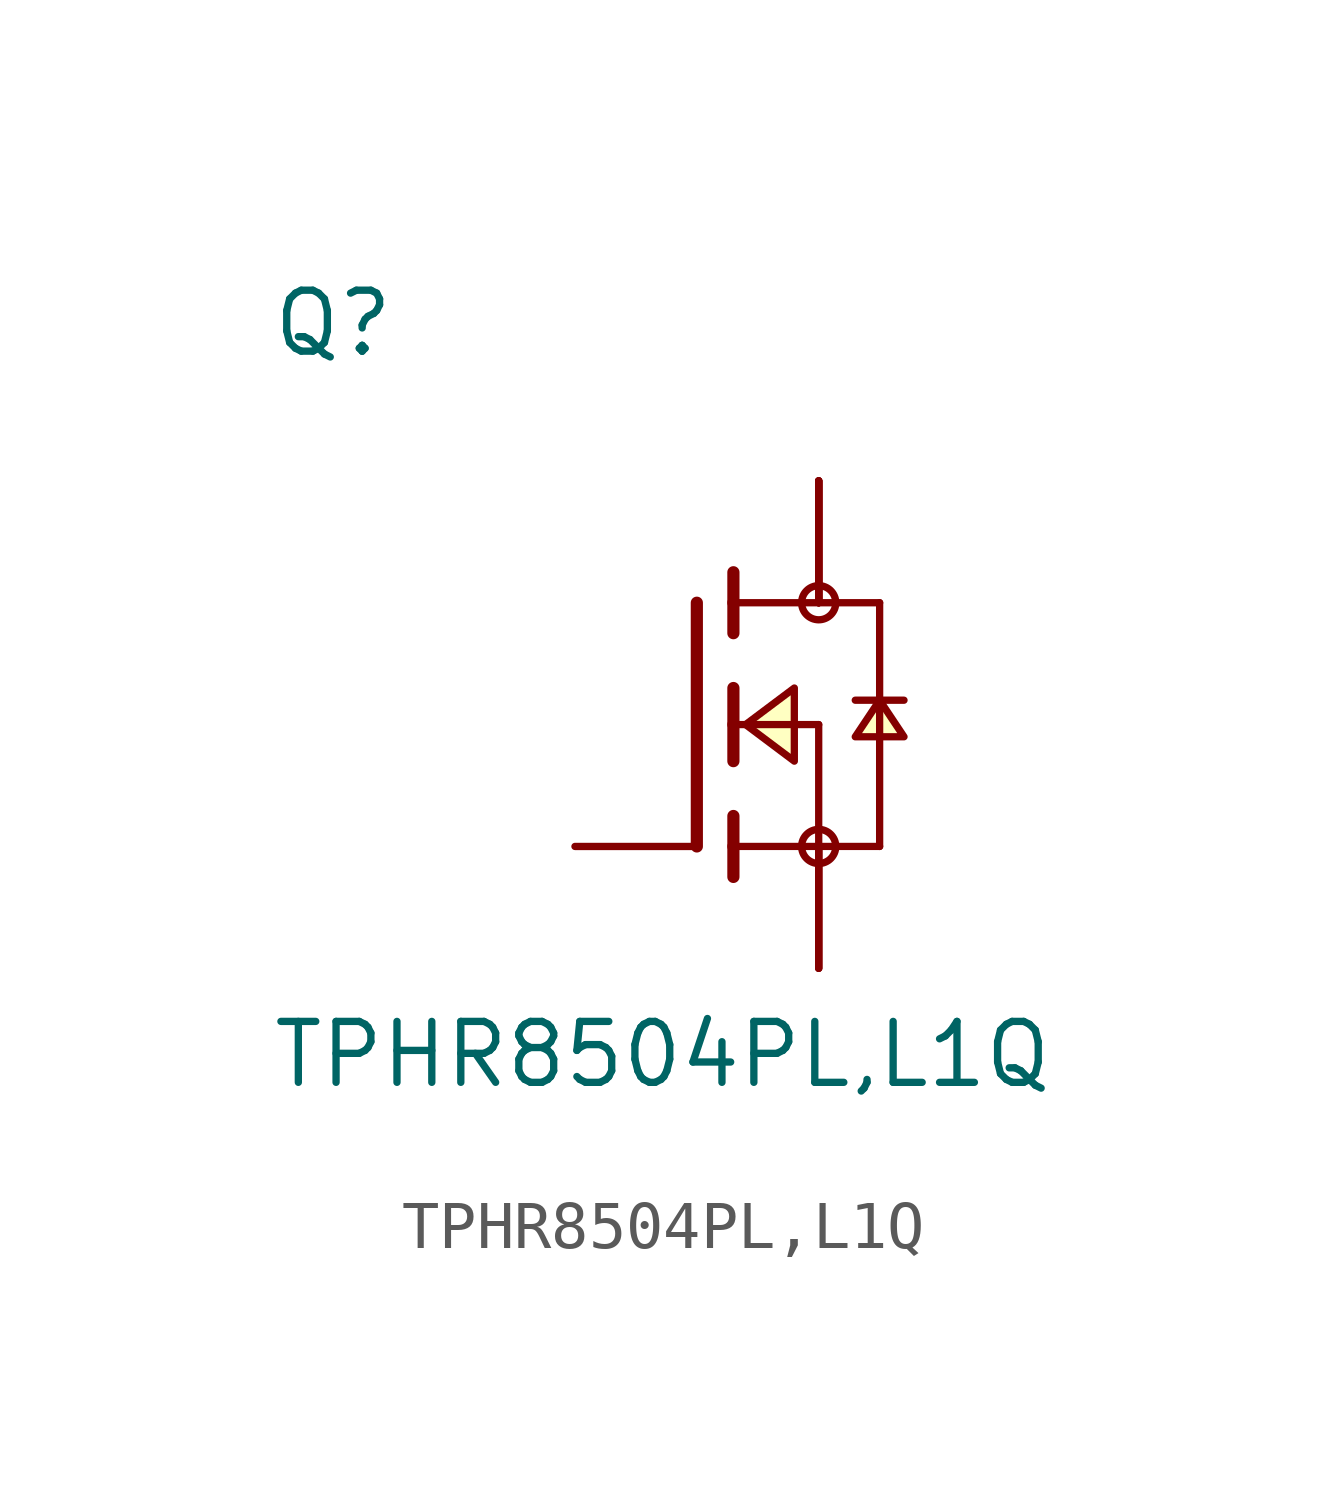
<source format=kicad_sym>
(kicad_symbol_lib
  (version 20211014)
  (generator kicad_symbol_editor)
  (symbol "TPHR8504PL,L1Q"
    (pin_numbers hide)
    (pin_names
      (offset 1.016) hide)
    (property "Reference" "Q"
      (at -11.43 7.62 0)
      (effects (font (size 1.27 1.27)) (justify left bottom)))
    (property "Value" "TPHR8504PL,L1Q"
      (at -11.43 -7.62 0)
      (effects (font (size 1.27 1.27)) (justify left bottom)))
    (property "ki_locked" ""
      (at 0 0 0)
      (effects (font (size 1.27 1.27))))
    (symbol "TPHR8504PL,L1Q_0_0"
      (circle (center 0 -2.54) (radius 0.356) (stroke (width 0) (type default) (color 0 0 0 0)) (fill (type none)))
      (polyline (pts (xy -2.54 2.54) (xy -2.54 -2.54)) (stroke (width 0.254) (type default) (color 0 0 0 0)) (fill (type none)))
      (polyline (pts (xy -1.778 -2.54) (xy -1.778 -3.175)) (stroke (width 0.254) (type default) (color 0 0 0 0)) (fill (type none)))
      (polyline (pts (xy -1.778 -1.905) (xy -1.778 -2.54)) (stroke (width 0.254) (type default) (color 0 0 0 0)) (fill (type none)))
      (polyline (pts (xy -1.778 0) (xy -1.778 -0.762)) (stroke (width 0.254) (type default) (color 0 0 0 0)) (fill (type none)))
      (polyline (pts (xy -1.778 0) (xy 0 0)) (stroke (width 0.152) (type default) (color 0 0 0 0)) (fill (type none)))
      (polyline (pts (xy -1.778 0.762) (xy -1.778 0)) (stroke (width 0.254) (type default) (color 0 0 0 0)) (fill (type none)))
      (polyline (pts (xy -1.778 2.54) (xy -1.778 1.905)) (stroke (width 0.254) (type default) (color 0 0 0 0)) (fill (type none)))
      (polyline (pts (xy -1.778 2.54) (xy 1.27 2.54)) (stroke (width 0.152) (type default) (color 0 0 0 0)) (fill (type none)))
      (polyline (pts (xy -1.778 3.175) (xy -1.778 2.54)) (stroke (width 0.254) (type default) (color 0 0 0 0)) (fill (type none)))
      (polyline (pts (xy 0 -2.54) (xy -1.778 -2.54)) (stroke (width 0.152) (type default) (color 0 0 0 0)) (fill (type none)))
      (polyline (pts (xy 0 -2.54) (xy 1.27 -2.54)) (stroke (width 0.152) (type default) (color 0 0 0 0)) (fill (type none)))
      (polyline (pts (xy 0 0) (xy 0 -2.54)) (stroke (width 0.152) (type default) (color 0 0 0 0)) (fill (type none)))
      (polyline (pts (xy 1.27 0.508) (xy 0.762 0.508)) (stroke (width 0.152) (type default) (color 0 0 0 0)) (fill (type none)))
      (polyline (pts (xy 1.27 0.508) (xy 1.27 -2.54)) (stroke (width 0.152) (type default) (color 0 0 0 0)) (fill (type none)))
      (polyline (pts (xy 1.27 2.54) (xy 1.27 0.508)) (stroke (width 0.152) (type default) (color 0 0 0 0)) (fill (type none)))
      (polyline (pts (xy 1.778 0.508) (xy 1.27 0.508)) (stroke (width 0.152) (type default) (color 0 0 0 0)) (fill (type none)))
      (polyline (pts (xy -1.524 0) (xy -0.508 0.762) (xy -0.508 -0.762) (xy -1.524 0)) (stroke (width 0.152) (type default) (color 0 0 0 0)) (fill (type background)))
      (polyline (pts (xy 1.27 0.508) (xy 0.762 -0.254) (xy 1.778 -0.254) (xy 1.27 0.508)) (stroke (width 0.152) (type default) (color 0 0 0 0)) (fill (type background)))
      (circle (center 0 2.54) (radius 0.356) (stroke (width 0) (type default) (color 0 0 0 0)) (fill (type none)))
      (pin passive line (at 0 -5.08 90) (length 2.54) (name "~" (effects (font (size 1.016 1.016)))) (number "1" (effects (font (size 1.016 1.016)))))
      (pin passive line (at 0 -5.08 90) (length 2.54) (name "~" (effects (font (size 1.016 1.016)))) (number "2" (effects (font (size 1.016 1.016)))))
      (pin passive line (at 0 -5.08 90) (length 2.54) (name "~" (effects (font (size 1.016 1.016)))) (number "3" (effects (font (size 1.016 1.016)))))
      (pin passive line (at -5.08 -2.54 0) (length 2.54) (name "~" (effects (font (size 1.016 1.016)))) (number "4" (effects (font (size 1.016 1.016)))))
      (pin passive line (at 0 5.08 270) (length 2.54) (name "~" (effects (font (size 1.016 1.016)))) (number "5" (effects (font (size 1.016 1.016)))))
      (pin passive line (at 0 5.08 270) (length 2.54) (name "~" (effects (font (size 1.016 1.016)))) (number "6" (effects (font (size 1.016 1.016)))))
      (pin passive line (at 0 5.08 270) (length 2.54) (name "~" (effects (font (size 1.016 1.016)))) (number "7" (effects (font (size 1.016 1.016)))))
      (pin passive line (at 0 5.08 270) (length 2.54) (name "~" (effects (font (size 1.016 1.016)))) (number "8" (effects (font (size 1.016 1.016)))))
      (pin passive line (at 0 5.08 270) (length 2.54) (name "~" (effects (font (size 1.016 1.016)))) (number "9" (effects (font (size 1.016 1.016))))))))
</source>
